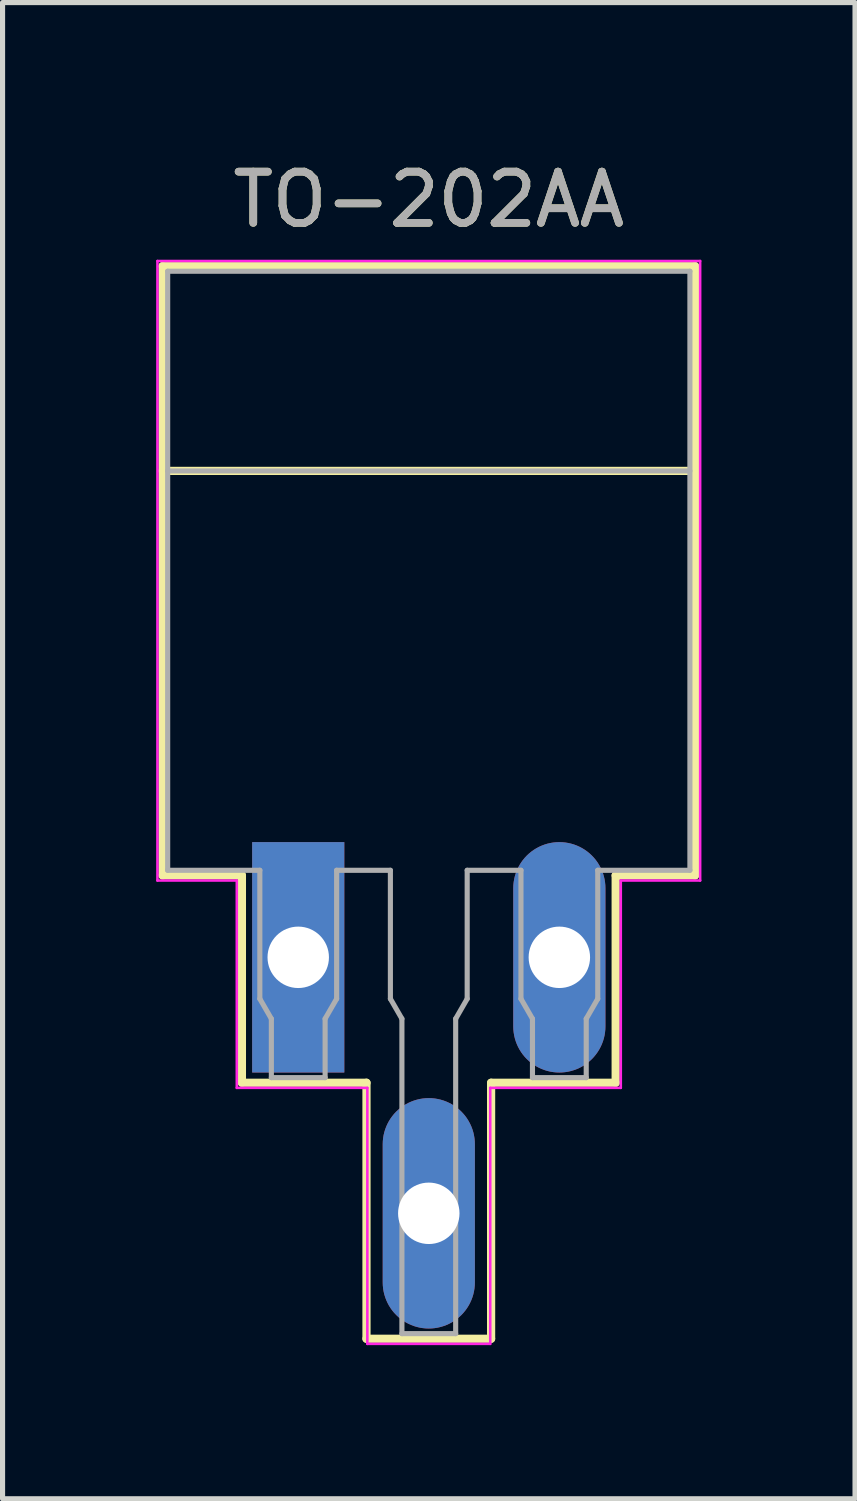
<source format=kicad_pcb>
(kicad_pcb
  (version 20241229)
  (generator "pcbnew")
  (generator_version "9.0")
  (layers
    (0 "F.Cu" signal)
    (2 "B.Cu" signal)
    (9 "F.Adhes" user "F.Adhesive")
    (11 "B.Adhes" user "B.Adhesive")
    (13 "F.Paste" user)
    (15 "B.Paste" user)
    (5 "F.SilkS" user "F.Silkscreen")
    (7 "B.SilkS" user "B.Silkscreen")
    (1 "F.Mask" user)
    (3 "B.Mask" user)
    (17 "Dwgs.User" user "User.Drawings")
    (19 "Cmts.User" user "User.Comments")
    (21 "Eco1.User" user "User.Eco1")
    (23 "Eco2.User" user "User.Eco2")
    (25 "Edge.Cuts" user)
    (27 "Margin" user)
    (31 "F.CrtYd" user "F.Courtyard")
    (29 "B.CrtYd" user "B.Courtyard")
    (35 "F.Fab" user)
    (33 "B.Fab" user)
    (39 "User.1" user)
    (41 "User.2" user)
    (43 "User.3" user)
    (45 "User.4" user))
  (footprint "TO-202AA"
    (layer "F.Cu")
    (at 5.325 13.848)
    (property "Reference" "TO-202AA" (at 0 -13 0) (layer "F.SilkS") (effects (font (size 1 1) (thickness 0.15))))
    (attr through_hole)
    (fp_line (start -5.2 -11.7) (end -5.2 0.2) (stroke (width 0.16) (type solid)) (layer "F.SilkS"))
    (fp_line (start -5.2 -7.7) (end 5.2 -7.7) (stroke (width 0.16) (type solid)) (layer "F.SilkS"))
    (fp_line (start -5.2 0.2) (end -3.65 0.2) (stroke (width 0.16) (type solid)) (layer "F.SilkS"))
    (fp_line (start -3.65 0.2) (end -3.65 4.25) (stroke (width 0.16) (type solid)) (layer "F.SilkS"))
    (fp_line (start -3.65 4.25) (end -1.217 4.25) (stroke (width 0.16) (type solid)) (layer "F.SilkS"))
    (fp_line (start -1.217 4.25) (end -1.217 9.25) (stroke (width 0.16) (type solid)) (layer "F.SilkS"))
    (fp_line (start -1.217 9.25) (end 1.217 9.25) (stroke (width 0.16) (type solid)) (layer "F.SilkS"))
    (fp_line (start 1.217 4.25) (end 3.65 4.25) (stroke (width 0.16) (type solid)) (layer "F.SilkS"))
    (fp_line (start 1.217 9.25) (end 1.217 4.25) (stroke (width 0.16) (type solid)) (layer "F.SilkS"))
    (fp_line (start 3.65 0.2) (end 5.2 0.2) (stroke (width 0.16) (type solid)) (layer "F.SilkS"))
    (fp_line (start 3.65 4.25) (end 3.65 0.2) (stroke (width 0.16) (type solid)) (layer "F.SilkS"))
    (fp_line (start 5.2 -11.7) (end -5.2 -11.7) (stroke (width 0.16) (type solid)) (layer "F.SilkS"))
    (fp_line (start 5.2 0.2) (end 5.2 -11.7) (stroke (width 0.16) (type solid)) (layer "F.SilkS"))
    (fp_line (start -5.3 -11.8) (end -5.3 0.3) (stroke (width 0.05) (type solid)) (layer "F.CrtYd"))
    (fp_line (start -5.3 0.3) (end -3.75 0.3) (stroke (width 0.05) (type solid)) (layer "F.CrtYd"))
    (fp_line (start -3.75 0.3) (end -3.75 4.35) (stroke (width 0.05) (type solid)) (layer "F.CrtYd"))
    (fp_line (start -3.75 4.35) (end -1.2 4.35) (stroke (width 0.05) (type solid)) (layer "F.CrtYd"))
    (fp_line (start -1.2 4.35) (end -1.2 9.35) (stroke (width 0.05) (type solid)) (layer "F.CrtYd"))
    (fp_line (start -1.2 9.35) (end 1.2 9.35) (stroke (width 0.05) (type solid)) (layer "F.CrtYd"))
    (fp_line (start 1.2 4.35) (end 3.75 4.35) (stroke (width 0.05) (type solid)) (layer "F.CrtYd"))
    (fp_line (start 1.2 9.35) (end 1.2 4.35) (stroke (width 0.05) (type solid)) (layer "F.CrtYd"))
    (fp_line (start 3.75 0.3) (end 5.3 0.3) (stroke (width 0.05) (type solid)) (layer "F.CrtYd"))
    (fp_line (start 3.75 4.35) (end 3.75 0.3) (stroke (width 0.05) (type solid)) (layer "F.CrtYd"))
    (fp_line (start 5.3 -11.8) (end -5.3 -11.8) (stroke (width 0.05) (type solid)) (layer "F.CrtYd"))
    (fp_line (start 5.3 0.3) (end 5.3 -11.8) (stroke (width 0.05) (type solid)) (layer "F.CrtYd"))
    (fp_line (start -5.1 -11.6) (end -5.1 0.1) (stroke (width 0.1) (type solid)) (layer "F.Fab"))
    (fp_line (start -5.1 -7.7) (end 5.1 -7.7) (stroke (width 0.1) (type solid)) (layer "F.Fab"))
    (fp_line (start -5.1 0.1) (end -3.3 0.1) (stroke (width 0.1) (type solid)) (layer "F.Fab"))
    (fp_line (start -3.3 0.1) (end -3.3 2.61) (stroke (width 0.1) (type solid)) (layer "F.Fab"))
    (fp_line (start -3.3 2.61) (end -3.075 3) (stroke (width 0.1) (type solid)) (layer "F.Fab"))
    (fp_line (start -3.075 3) (end -3.075 4.15) (stroke (width 0.1) (type solid)) (layer "F.Fab"))
    (fp_line (start -3.075 4.15) (end -2.025 4.15) (stroke (width 0.1) (type solid)) (layer "F.Fab"))
    (fp_line (start -2.025 3) (end -1.8 2.61) (stroke (width 0.1) (type solid)) (layer "F.Fab"))
    (fp_line (start -2.025 4.15) (end -2.025 3) (stroke (width 0.1) (type solid)) (layer "F.Fab"))
    (fp_line (start -1.8 0.1) (end -0.75 0.1) (stroke (width 0.1) (type solid)) (layer "F.Fab"))
    (fp_line (start -1.8 2.61) (end -1.8 0.1) (stroke (width 0.1) (type solid)) (layer "F.Fab"))
    (fp_line (start -0.75 0.1) (end -0.75 2.61) (stroke (width 0.1) (type solid)) (layer "F.Fab"))
    (fp_line (start -0.75 2.61) (end -0.525 3) (stroke (width 0.1) (type solid)) (layer "F.Fab"))
    (fp_line (start -0.525 3) (end -0.525 9.15) (stroke (width 0.1) (type solid)) (layer "F.Fab"))
    (fp_line (start -0.525 9.15) (end 0.525 9.15) (stroke (width 0.1) (type solid)) (layer "F.Fab"))
    (fp_line (start 0.525 3) (end 0.75 2.61) (stroke (width 0.1) (type solid)) (layer "F.Fab"))
    (fp_line (start 0.525 9.15) (end 0.525 3) (stroke (width 0.1) (type solid)) (layer "F.Fab"))
    (fp_line (start 0.75 0.1) (end 1.8 0.1) (stroke (width 0.1) (type solid)) (layer "F.Fab"))
    (fp_line (start 0.75 2.61) (end 0.75 0.1) (stroke (width 0.1) (type solid)) (layer "F.Fab"))
    (fp_line (start 1.8 0.1) (end 1.8 2.61) (stroke (width 0.1) (type solid)) (layer "F.Fab"))
    (fp_line (start 1.8 2.61) (end 2.025 3) (stroke (width 0.1) (type solid)) (layer "F.Fab"))
    (fp_line (start 2.025 3) (end 2.025 4.15) (stroke (width 0.1) (type solid)) (layer "F.Fab"))
    (fp_line (start 2.025 4.15) (end 3.075 4.15) (stroke (width 0.1) (type solid)) (layer "F.Fab"))
    (fp_line (start 3.075 3) (end 3.3 2.61) (stroke (width 0.1) (type solid)) (layer "F.Fab"))
    (fp_line (start 3.075 4.15) (end 3.075 3) (stroke (width 0.1) (type solid)) (layer "F.Fab"))
    (fp_line (start 3.3 0.1) (end 5.1 0.1) (stroke (width 0.1) (type solid)) (layer "F.Fab"))
    (fp_line (start 3.3 2.61) (end 3.3 0.1) (stroke (width 0.1) (type solid)) (layer "F.Fab"))
    (fp_line (start 5.1 -11.6) (end -5.1 -11.6) (stroke (width 0.1) (type solid)) (layer "F.Fab"))
    (fp_line (start 5.1 0.1) (end 5.1 -11.6) (stroke (width 0.1) (type solid)) (layer "F.Fab"))
    (fp_text user "${REFERENCE}" (at 0 -13 0) (layer "F.Fab") (effects (font (size 1 1) (thickness 0.15))))
    (pad "1" thru_hole rect (at -2.55 1.8) (size 1.8 4.5) (drill 1.2) (layers "*.Cu" "*.Mask"))
    (pad "2" thru_hole oval (at 0 6.8) (size 1.8 4.5) (drill 1.2) (layers "*.Cu" "*.Mask"))
    (pad "3" thru_hole oval (at 2.55 1.8) (size 1.8 4.5) (drill 1.2) (layers "*.Cu" "*.Mask")))
  (gr_rect
    (start -3 -3)
    (end 13.65 26.223)
    (stroke (width 0.1) (type default))
    (fill no)
    (layer "Edge.Cuts")))
</source>
